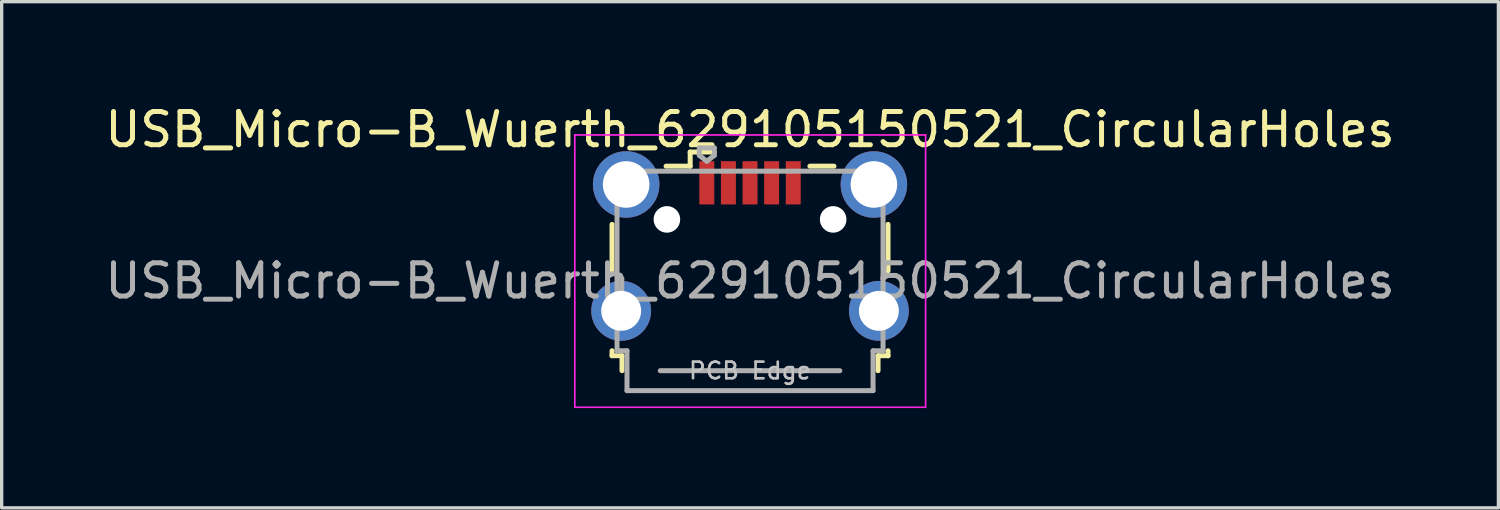
<source format=kicad_pcb>
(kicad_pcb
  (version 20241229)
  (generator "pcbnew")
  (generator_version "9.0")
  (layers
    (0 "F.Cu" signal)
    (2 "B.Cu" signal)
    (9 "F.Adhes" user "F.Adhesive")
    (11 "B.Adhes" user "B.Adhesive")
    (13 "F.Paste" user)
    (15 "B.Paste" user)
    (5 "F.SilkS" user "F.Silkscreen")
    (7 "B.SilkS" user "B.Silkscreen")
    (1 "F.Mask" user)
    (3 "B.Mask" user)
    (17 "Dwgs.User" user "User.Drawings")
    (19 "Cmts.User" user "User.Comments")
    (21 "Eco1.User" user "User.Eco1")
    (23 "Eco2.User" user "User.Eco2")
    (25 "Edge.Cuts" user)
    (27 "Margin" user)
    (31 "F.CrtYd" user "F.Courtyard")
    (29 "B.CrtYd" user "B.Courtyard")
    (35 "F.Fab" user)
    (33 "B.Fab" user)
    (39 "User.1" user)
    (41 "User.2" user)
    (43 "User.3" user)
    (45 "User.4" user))
  (footprint "USB_Micro-B_Wuerth_629105150521_CircularHoles"
    (layer "F.Cu")
    (at 19.506 4.348)
    (property "Reference" "USB_Micro-B_Wuerth_629105150521_CircularHoles" (at 0 -3.5 0) (layer "F.SilkS") (effects (font (size 1 1) (thickness 0.15))))
    (attr smd)
    (fp_line (start -4.15 -0.65) (end -4.15 0.75) (stroke (width 0.15) (type solid)) (layer "F.SilkS"))
    (fp_line (start -4.15 3.15) (end -4.15 3.3) (stroke (width 0.15) (type solid)) (layer "F.SilkS"))
    (fp_line (start -4.15 3.3) (end -3.85 3.3) (stroke (width 0.15) (type solid)) (layer "F.SilkS"))
    (fp_line (start -3.85 3.3) (end -3.85 3.75) (stroke (width 0.15) (type solid)) (layer "F.SilkS"))
    (fp_line (start -1.8 -2.825) (end -1.8 -2.4) (stroke (width 0.15) (type solid)) (layer "F.SilkS"))
    (fp_line (start -1.8 -2.4) (end -2.525 -2.4) (stroke (width 0.15) (type solid)) (layer "F.SilkS"))
    (fp_line (start -1.075 -2.825) (end -1.8 -2.825) (stroke (width 0.15) (type solid)) (layer "F.SilkS"))
    (fp_line (start 1.8 -2.4) (end 2.525 -2.4) (stroke (width 0.15) (type solid)) (layer "F.SilkS"))
    (fp_line (start 3.85 3.3) (end 4.15 3.3) (stroke (width 0.15) (type solid)) (layer "F.SilkS"))
    (fp_line (start 3.85 3.75) (end 3.85 3.3) (stroke (width 0.15) (type solid)) (layer "F.SilkS"))
    (fp_line (start 4.15 0.75) (end 4.15 -0.65) (stroke (width 0.15) (type solid)) (layer "F.SilkS"))
    (fp_line (start 4.15 3.3) (end 4.15 3.15) (stroke (width 0.15) (type solid)) (layer "F.SilkS"))
    (fp_line (start -5.27 -3.34) (end -5.27 4.85) (stroke (width 0.05) (type solid)) (layer "F.CrtYd"))
    (fp_line (start -5.27 4.85) (end 5.28 4.85) (stroke (width 0.05) (type solid)) (layer "F.CrtYd"))
    (fp_line (start 5.28 -3.34) (end -5.27 -3.34) (stroke (width 0.05) (type solid)) (layer "F.CrtYd"))
    (fp_line (start 5.28 4.85) (end 5.28 -3.34) (stroke (width 0.05) (type solid)) (layer "F.CrtYd"))
    (fp_line (start -4 -2.25) (end -4 3.15) (stroke (width 0.15) (type solid)) (layer "F.Fab"))
    (fp_line (start -4 3.15) (end -3.7 3.15) (stroke (width 0.15) (type solid)) (layer "F.Fab"))
    (fp_line (start -3.7 3.15) (end -3.7 4.35) (stroke (width 0.15) (type solid)) (layer "F.Fab"))
    (fp_line (start -3.7 4.35) (end 3.7 4.35) (stroke (width 0.15) (type solid)) (layer "F.Fab"))
    (fp_line (start -2.7 3.75) (end 2.7 3.75) (stroke (width 0.15) (type solid)) (layer "F.Fab"))
    (fp_line (start -1.525 -2.95) (end -1.075 -2.95) (stroke (width 0.15) (type solid)) (layer "F.Fab"))
    (fp_line (start -1.525 -2.725) (end -1.525 -2.95) (stroke (width 0.15) (type solid)) (layer "F.Fab"))
    (fp_line (start -1.3 -2.55) (end -1.525 -2.725) (stroke (width 0.15) (type solid)) (layer "F.Fab"))
    (fp_line (start -1.075 -2.95) (end -1.075 -2.725) (stroke (width 0.15) (type solid)) (layer "F.Fab"))
    (fp_line (start -1.075 -2.725) (end -1.3 -2.55) (stroke (width 0.15) (type solid)) (layer "F.Fab"))
    (fp_line (start 3.7 3.15) (end 4 3.15) (stroke (width 0.15) (type solid)) (layer "F.Fab"))
    (fp_line (start 3.7 4.35) (end 3.7 3.15) (stroke (width 0.15) (type solid)) (layer "F.Fab"))
    (fp_line (start 4 -2.25) (end -4 -2.25) (stroke (width 0.15) (type solid)) (layer "F.Fab"))
    (fp_line (start 4 3.15) (end 4 -2.25) (stroke (width 0.15) (type solid)) (layer "F.Fab"))
    (fp_text user "PCB Edge" (at 0 3.75 0) (layer "Dwgs.User") (effects (font (size 0.5 0.5) (thickness 0.08))))
    (fp_text user "${REFERENCE}" (at 0 1.05 0) (layer "F.Fab") (effects (font (size 1 1) (thickness 0.15))))
    (pad "" np_thru_hole circle (at -2.5 -0.8) (size 0.8 0.8) (drill 0.8) (layers "*.Cu" "*.Mask"))
    (pad "" np_thru_hole circle (at 2.5 -0.8) (size 0.8 0.8) (drill 0.8) (layers "*.Cu" "*.Mask"))
    (pad "1" smd rect (at -1.3 -1.9) (size 0.45 1.3) (layers "F.Cu" "F.Mask" "F.Paste"))
    (pad "2" smd rect (at -0.65 -1.9) (size 0.45 1.3) (layers "F.Cu" "F.Mask" "F.Paste"))
    (pad "3" smd rect (at 0 -1.9) (size 0.45 1.3) (layers "F.Cu" "F.Mask" "F.Paste"))
    (pad "4" smd rect (at 0.65 -1.9) (size 0.45 1.3) (layers "F.Cu" "F.Mask" "F.Paste"))
    (pad "5" smd rect (at 1.3 -1.9) (size 0.45 1.3) (layers "F.Cu" "F.Mask" "F.Paste"))
    (pad "6" thru_hole circle (at -3.875 1.95) (size 1.8 1.8) (drill 1.2) (layers "*.Cu" "*.Mask"))
    (pad "6" thru_hole circle (at -3.725 -1.85) (size 2 2) (drill 1.4) (layers "*.Cu" "*.Mask"))
    (pad "6" thru_hole circle (at 3.725 -1.85) (size 2 2) (drill 1.4) (layers "*.Cu" "*.Mask"))
    (pad "6" thru_hole circle (at 3.875 1.95) (size 1.8 1.8) (drill 1.2) (layers "*.Cu" "*.Mask")))
  (gr_rect
    (start -3 -3)
    (end 42.012 12.223)
    (stroke (width 0.1) (type default))
    (fill no)
    (layer "Edge.Cuts")))
</source>
